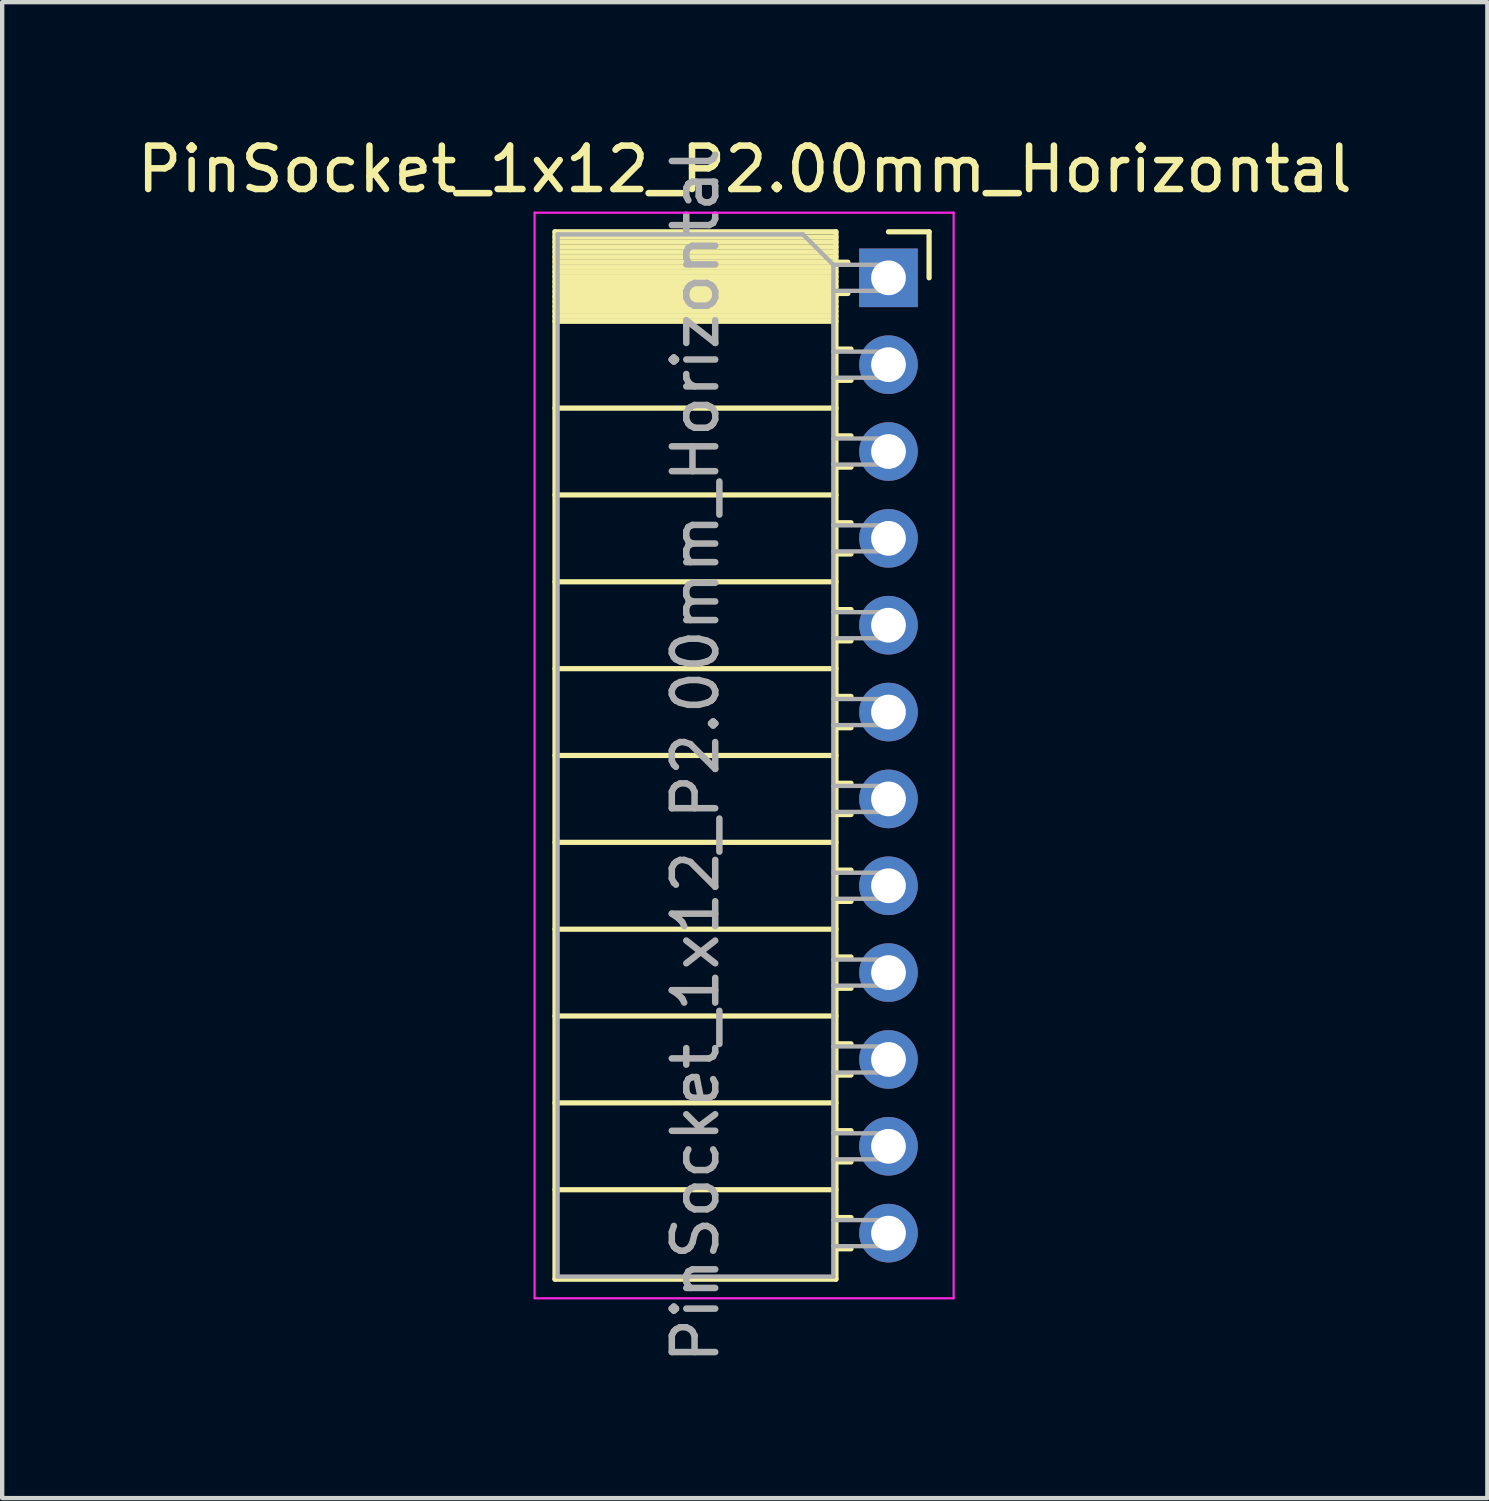
<source format=kicad_pcb>
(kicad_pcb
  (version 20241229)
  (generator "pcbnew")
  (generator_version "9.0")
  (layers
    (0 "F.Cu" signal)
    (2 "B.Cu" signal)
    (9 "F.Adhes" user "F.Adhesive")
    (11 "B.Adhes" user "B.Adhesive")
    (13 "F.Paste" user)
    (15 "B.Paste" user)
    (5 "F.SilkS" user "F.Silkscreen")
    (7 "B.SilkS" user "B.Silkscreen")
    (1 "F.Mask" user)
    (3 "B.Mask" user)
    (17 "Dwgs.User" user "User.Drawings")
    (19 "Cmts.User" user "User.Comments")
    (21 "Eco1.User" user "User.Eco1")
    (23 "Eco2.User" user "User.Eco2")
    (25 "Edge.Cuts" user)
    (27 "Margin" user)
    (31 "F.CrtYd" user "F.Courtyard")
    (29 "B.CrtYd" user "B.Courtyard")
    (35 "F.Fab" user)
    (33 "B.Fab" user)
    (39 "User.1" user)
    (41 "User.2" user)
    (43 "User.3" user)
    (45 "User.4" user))
  (footprint "PinSocket_1x12_P2.00mm_Horizontal"
    (layer "F.Cu")
    (at 17.411 3.348)
    (property "Reference" "PinSocket_1x12_P2.00mm_Horizontal" (at -3.31 -2.5 0) (layer "F.SilkS") (effects (font (size 1 1) (thickness 0.15))))
    (attr through_hole)
    (fp_line (start -7.68 -1.06) (end -7.68 23.06) (stroke (width 0.12) (type solid)) (layer "F.SilkS"))
    (fp_line (start -7.68 -1.06) (end -1.21 -1.06) (stroke (width 0.12) (type solid)) (layer "F.SilkS"))
    (fp_line (start -7.68 -0.94) (end -1.21 -0.94) (stroke (width 0.12) (type solid)) (layer "F.SilkS"))
    (fp_line (start -7.68 -0.826) (end -1.21 -0.826) (stroke (width 0.12) (type solid)) (layer "F.SilkS"))
    (fp_line (start -7.68 -0.712) (end -1.21 -0.712) (stroke (width 0.12) (type solid)) (layer "F.SilkS"))
    (fp_line (start -7.68 -0.598) (end -1.21 -0.598) (stroke (width 0.12) (type solid)) (layer "F.SilkS"))
    (fp_line (start -7.68 -0.484) (end -1.21 -0.484) (stroke (width 0.12) (type solid)) (layer "F.SilkS"))
    (fp_line (start -7.68 -0.369) (end -1.21 -0.369) (stroke (width 0.12) (type solid)) (layer "F.SilkS"))
    (fp_line (start -7.68 -0.255) (end -1.21 -0.255) (stroke (width 0.12) (type solid)) (layer "F.SilkS"))
    (fp_line (start -7.68 -0.141) (end -1.21 -0.141) (stroke (width 0.12) (type solid)) (layer "F.SilkS"))
    (fp_line (start -7.68 -0.027) (end -1.21 -0.027) (stroke (width 0.12) (type solid)) (layer "F.SilkS"))
    (fp_line (start -7.68 0.087) (end -1.21 0.087) (stroke (width 0.12) (type solid)) (layer "F.SilkS"))
    (fp_line (start -7.68 0.201) (end -1.21 0.201) (stroke (width 0.12) (type solid)) (layer "F.SilkS"))
    (fp_line (start -7.68 0.315) (end -1.21 0.315) (stroke (width 0.12) (type solid)) (layer "F.SilkS"))
    (fp_line (start -7.68 0.429) (end -1.21 0.429) (stroke (width 0.12) (type solid)) (layer "F.SilkS"))
    (fp_line (start -7.68 0.544) (end -1.21 0.544) (stroke (width 0.12) (type solid)) (layer "F.SilkS"))
    (fp_line (start -7.68 0.658) (end -1.21 0.658) (stroke (width 0.12) (type solid)) (layer "F.SilkS"))
    (fp_line (start -7.68 0.772) (end -1.21 0.772) (stroke (width 0.12) (type solid)) (layer "F.SilkS"))
    (fp_line (start -7.68 0.886) (end -1.21 0.886) (stroke (width 0.12) (type solid)) (layer "F.SilkS"))
    (fp_line (start -7.68 1) (end -1.21 1) (stroke (width 0.12) (type solid)) (layer "F.SilkS"))
    (fp_line (start -7.68 3) (end -1.21 3) (stroke (width 0.12) (type solid)) (layer "F.SilkS"))
    (fp_line (start -7.68 5) (end -1.21 5) (stroke (width 0.12) (type solid)) (layer "F.SilkS"))
    (fp_line (start -7.68 7) (end -1.21 7) (stroke (width 0.12) (type solid)) (layer "F.SilkS"))
    (fp_line (start -7.68 9) (end -1.21 9) (stroke (width 0.12) (type solid)) (layer "F.SilkS"))
    (fp_line (start -7.68 11) (end -1.21 11) (stroke (width 0.12) (type solid)) (layer "F.SilkS"))
    (fp_line (start -7.68 13) (end -1.21 13) (stroke (width 0.12) (type solid)) (layer "F.SilkS"))
    (fp_line (start -7.68 15) (end -1.21 15) (stroke (width 0.12) (type solid)) (layer "F.SilkS"))
    (fp_line (start -7.68 17) (end -1.21 17) (stroke (width 0.12) (type solid)) (layer "F.SilkS"))
    (fp_line (start -7.68 19) (end -1.21 19) (stroke (width 0.12) (type solid)) (layer "F.SilkS"))
    (fp_line (start -7.68 21) (end -1.21 21) (stroke (width 0.12) (type solid)) (layer "F.SilkS"))
    (fp_line (start -7.68 23.06) (end -1.21 23.06) (stroke (width 0.12) (type solid)) (layer "F.SilkS"))
    (fp_line (start -1.21 -1.06) (end -1.21 23.06) (stroke (width 0.12) (type solid)) (layer "F.SilkS"))
    (fp_line (start -1.21 -0.36) (end -0.935 -0.36) (stroke (width 0.12) (type solid)) (layer "F.SilkS"))
    (fp_line (start -1.21 0.36) (end -0.935 0.36) (stroke (width 0.12) (type solid)) (layer "F.SilkS"))
    (fp_line (start -1.21 1.64) (end -0.863 1.64) (stroke (width 0.12) (type solid)) (layer "F.SilkS"))
    (fp_line (start -1.21 2.36) (end -0.863 2.36) (stroke (width 0.12) (type solid)) (layer "F.SilkS"))
    (fp_line (start -1.21 3.64) (end -0.863 3.64) (stroke (width 0.12) (type solid)) (layer "F.SilkS"))
    (fp_line (start -1.21 4.36) (end -0.863 4.36) (stroke (width 0.12) (type solid)) (layer "F.SilkS"))
    (fp_line (start -1.21 5.64) (end -0.863 5.64) (stroke (width 0.12) (type solid)) (layer "F.SilkS"))
    (fp_line (start -1.21 6.36) (end -0.863 6.36) (stroke (width 0.12) (type solid)) (layer "F.SilkS"))
    (fp_line (start -1.21 7.64) (end -0.863 7.64) (stroke (width 0.12) (type solid)) (layer "F.SilkS"))
    (fp_line (start -1.21 8.36) (end -0.863 8.36) (stroke (width 0.12) (type solid)) (layer "F.SilkS"))
    (fp_line (start -1.21 9.64) (end -0.863 9.64) (stroke (width 0.12) (type solid)) (layer "F.SilkS"))
    (fp_line (start -1.21 10.36) (end -0.863 10.36) (stroke (width 0.12) (type solid)) (layer "F.SilkS"))
    (fp_line (start -1.21 11.64) (end -0.863 11.64) (stroke (width 0.12) (type solid)) (layer "F.SilkS"))
    (fp_line (start -1.21 12.36) (end -0.863 12.36) (stroke (width 0.12) (type solid)) (layer "F.SilkS"))
    (fp_line (start -1.21 13.64) (end -0.863 13.64) (stroke (width 0.12) (type solid)) (layer "F.SilkS"))
    (fp_line (start -1.21 14.36) (end -0.863 14.36) (stroke (width 0.12) (type solid)) (layer "F.SilkS"))
    (fp_line (start -1.21 15.64) (end -0.863 15.64) (stroke (width 0.12) (type solid)) (layer "F.SilkS"))
    (fp_line (start -1.21 16.36) (end -0.863 16.36) (stroke (width 0.12) (type solid)) (layer "F.SilkS"))
    (fp_line (start -1.21 17.64) (end -0.863 17.64) (stroke (width 0.12) (type solid)) (layer "F.SilkS"))
    (fp_line (start -1.21 18.36) (end -0.863 18.36) (stroke (width 0.12) (type solid)) (layer "F.SilkS"))
    (fp_line (start -1.21 19.64) (end -0.863 19.64) (stroke (width 0.12) (type solid)) (layer "F.SilkS"))
    (fp_line (start -1.21 20.36) (end -0.863 20.36) (stroke (width 0.12) (type solid)) (layer "F.SilkS"))
    (fp_line (start -1.21 21.64) (end -0.863 21.64) (stroke (width 0.12) (type solid)) (layer "F.SilkS"))
    (fp_line (start -1.21 22.36) (end -0.863 22.36) (stroke (width 0.12) (type solid)) (layer "F.SilkS"))
    (fp_line (start 0 -1.06) (end 0.935 -1.06) (stroke (width 0.12) (type solid)) (layer "F.SilkS"))
    (fp_line (start 0.935 -1.06) (end 0.935 0) (stroke (width 0.12) (type solid)) (layer "F.SilkS"))
    (fp_line (start -8.15 -1.5) (end -8.15 23.5) (stroke (width 0.05) (type solid)) (layer "F.CrtYd"))
    (fp_line (start -8.15 23.5) (end 1.5 23.5) (stroke (width 0.05) (type solid)) (layer "F.CrtYd"))
    (fp_line (start 1.5 -1.5) (end -8.15 -1.5) (stroke (width 0.05) (type solid)) (layer "F.CrtYd"))
    (fp_line (start 1.5 23.5) (end 1.5 -1.5) (stroke (width 0.05) (type solid)) (layer "F.CrtYd"))
    (fp_line (start -7.62 -1) (end -1.97 -1) (stroke (width 0.1) (type solid)) (layer "F.Fab"))
    (fp_line (start -7.62 23) (end -7.62 -1) (stroke (width 0.1) (type solid)) (layer "F.Fab"))
    (fp_line (start -1.97 -1) (end -1.27 -0.3) (stroke (width 0.1) (type solid)) (layer "F.Fab"))
    (fp_line (start -1.27 -0.3) (end -1.27 23) (stroke (width 0.1) (type solid)) (layer "F.Fab"))
    (fp_line (start -1.27 0.3) (end 0 0.3) (stroke (width 0.1) (type solid)) (layer "F.Fab"))
    (fp_line (start -1.27 2.3) (end 0 2.3) (stroke (width 0.1) (type solid)) (layer "F.Fab"))
    (fp_line (start -1.27 4.3) (end 0 4.3) (stroke (width 0.1) (type solid)) (layer "F.Fab"))
    (fp_line (start -1.27 6.3) (end 0 6.3) (stroke (width 0.1) (type solid)) (layer "F.Fab"))
    (fp_line (start -1.27 8.3) (end 0 8.3) (stroke (width 0.1) (type solid)) (layer "F.Fab"))
    (fp_line (start -1.27 10.3) (end 0 10.3) (stroke (width 0.1) (type solid)) (layer "F.Fab"))
    (fp_line (start -1.27 12.3) (end 0 12.3) (stroke (width 0.1) (type solid)) (layer "F.Fab"))
    (fp_line (start -1.27 14.3) (end 0 14.3) (stroke (width 0.1) (type solid)) (layer "F.Fab"))
    (fp_line (start -1.27 16.3) (end 0 16.3) (stroke (width 0.1) (type solid)) (layer "F.Fab"))
    (fp_line (start -1.27 18.3) (end 0 18.3) (stroke (width 0.1) (type solid)) (layer "F.Fab"))
    (fp_line (start -1.27 20.3) (end 0 20.3) (stroke (width 0.1) (type solid)) (layer "F.Fab"))
    (fp_line (start -1.27 22.3) (end 0 22.3) (stroke (width 0.1) (type solid)) (layer "F.Fab"))
    (fp_line (start -1.27 23) (end -7.62 23) (stroke (width 0.1) (type solid)) (layer "F.Fab"))
    (fp_line (start 0 -0.3) (end -1.27 -0.3) (stroke (width 0.1) (type solid)) (layer "F.Fab"))
    (fp_line (start 0 0.3) (end 0 -0.3) (stroke (width 0.1) (type solid)) (layer "F.Fab"))
    (fp_line (start 0 1.7) (end -1.27 1.7) (stroke (width 0.1) (type solid)) (layer "F.Fab"))
    (fp_line (start 0 2.3) (end 0 1.7) (stroke (width 0.1) (type solid)) (layer "F.Fab"))
    (fp_line (start 0 3.7) (end -1.27 3.7) (stroke (width 0.1) (type solid)) (layer "F.Fab"))
    (fp_line (start 0 4.3) (end 0 3.7) (stroke (width 0.1) (type solid)) (layer "F.Fab"))
    (fp_line (start 0 5.7) (end -1.27 5.7) (stroke (width 0.1) (type solid)) (layer "F.Fab"))
    (fp_line (start 0 6.3) (end 0 5.7) (stroke (width 0.1) (type solid)) (layer "F.Fab"))
    (fp_line (start 0 7.7) (end -1.27 7.7) (stroke (width 0.1) (type solid)) (layer "F.Fab"))
    (fp_line (start 0 8.3) (end 0 7.7) (stroke (width 0.1) (type solid)) (layer "F.Fab"))
    (fp_line (start 0 9.7) (end -1.27 9.7) (stroke (width 0.1) (type solid)) (layer "F.Fab"))
    (fp_line (start 0 10.3) (end 0 9.7) (stroke (width 0.1) (type solid)) (layer "F.Fab"))
    (fp_line (start 0 11.7) (end -1.27 11.7) (stroke (width 0.1) (type solid)) (layer "F.Fab"))
    (fp_line (start 0 12.3) (end 0 11.7) (stroke (width 0.1) (type solid)) (layer "F.Fab"))
    (fp_line (start 0 13.7) (end -1.27 13.7) (stroke (width 0.1) (type solid)) (layer "F.Fab"))
    (fp_line (start 0 14.3) (end 0 13.7) (stroke (width 0.1) (type solid)) (layer "F.Fab"))
    (fp_line (start 0 15.7) (end -1.27 15.7) (stroke (width 0.1) (type solid)) (layer "F.Fab"))
    (fp_line (start 0 16.3) (end 0 15.7) (stroke (width 0.1) (type solid)) (layer "F.Fab"))
    (fp_line (start 0 17.7) (end -1.27 17.7) (stroke (width 0.1) (type solid)) (layer "F.Fab"))
    (fp_line (start 0 18.3) (end 0 17.7) (stroke (width 0.1) (type solid)) (layer "F.Fab"))
    (fp_line (start 0 19.7) (end -1.27 19.7) (stroke (width 0.1) (type solid)) (layer "F.Fab"))
    (fp_line (start 0 20.3) (end 0 19.7) (stroke (width 0.1) (type solid)) (layer "F.Fab"))
    (fp_line (start 0 21.7) (end -1.27 21.7) (stroke (width 0.1) (type solid)) (layer "F.Fab"))
    (fp_line (start 0 22.3) (end 0 21.7) (stroke (width 0.1) (type solid)) (layer "F.Fab"))
    (fp_text user "${REFERENCE}" (at -4.445 11 90) (layer "F.Fab") (effects (font (size 1 1) (thickness 0.15))))
    (pad "1" thru_hole rect (at 0 0) (size 1.35 1.35) (drill 0.8) (layers "*.Cu" "*.Mask"))
    (pad "2" thru_hole circle (at 0 2) (size 1.35 1.35) (drill 0.8) (layers "*.Cu" "*.Mask"))
    (pad "3" thru_hole circle (at 0 4) (size 1.35 1.35) (drill 0.8) (layers "*.Cu" "*.Mask"))
    (pad "4" thru_hole circle (at 0 6) (size 1.35 1.35) (drill 0.8) (layers "*.Cu" "*.Mask"))
    (pad "5" thru_hole circle (at 0 8) (size 1.35 1.35) (drill 0.8) (layers "*.Cu" "*.Mask"))
    (pad "6" thru_hole circle (at 0 10) (size 1.35 1.35) (drill 0.8) (layers "*.Cu" "*.Mask"))
    (pad "7" thru_hole circle (at 0 12) (size 1.35 1.35) (drill 0.8) (layers "*.Cu" "*.Mask"))
    (pad "8" thru_hole circle (at 0 14) (size 1.35 1.35) (drill 0.8) (layers "*.Cu" "*.Mask"))
    (pad "9" thru_hole circle (at 0 16) (size 1.35 1.35) (drill 0.8) (layers "*.Cu" "*.Mask"))
    (pad "10" thru_hole circle (at 0 18) (size 1.35 1.35) (drill 0.8) (layers "*.Cu" "*.Mask"))
    (pad "11" thru_hole circle (at 0 20) (size 1.35 1.35) (drill 0.8) (layers "*.Cu" "*.Mask"))
    (pad "12" thru_hole circle (at 0 22) (size 1.35 1.35) (drill 0.8) (layers "*.Cu" "*.Mask")))
  (gr_rect
    (start -3 -3)
    (end 31.202 31.449)
    (stroke (width 0.1) (type default))
    (fill no)
    (layer "Edge.Cuts")))
</source>
